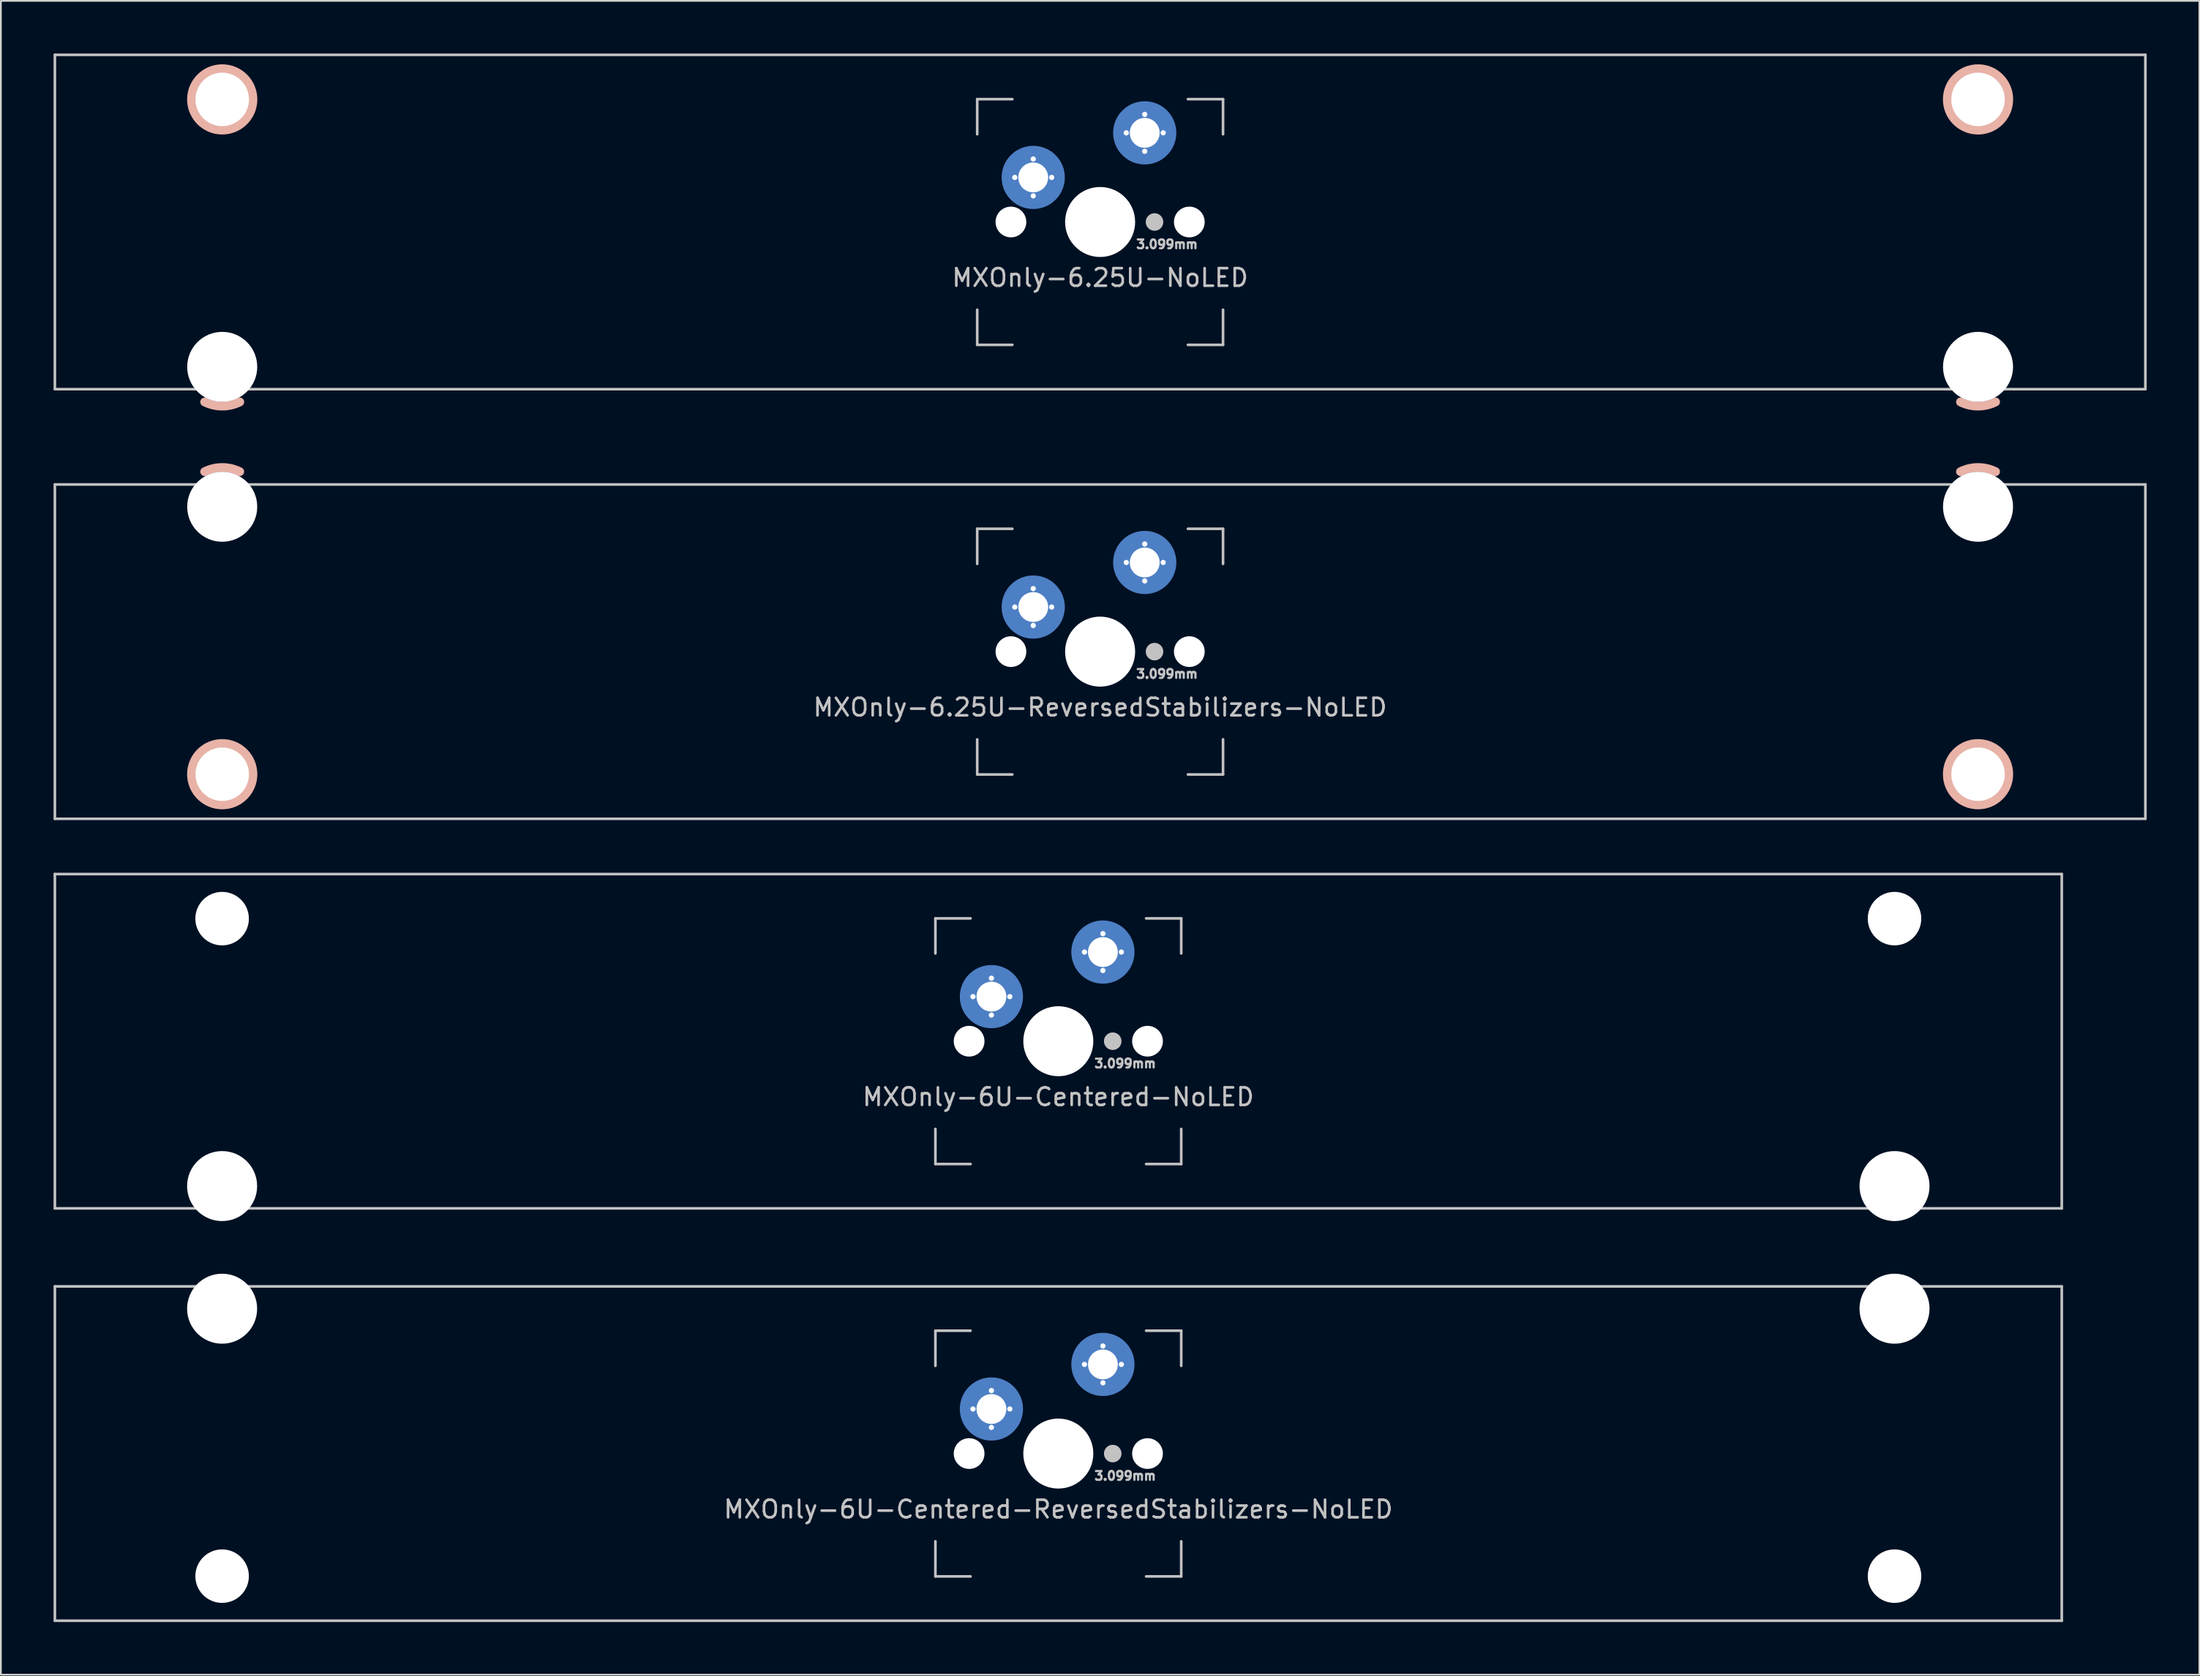
<source format=kicad_pcb>
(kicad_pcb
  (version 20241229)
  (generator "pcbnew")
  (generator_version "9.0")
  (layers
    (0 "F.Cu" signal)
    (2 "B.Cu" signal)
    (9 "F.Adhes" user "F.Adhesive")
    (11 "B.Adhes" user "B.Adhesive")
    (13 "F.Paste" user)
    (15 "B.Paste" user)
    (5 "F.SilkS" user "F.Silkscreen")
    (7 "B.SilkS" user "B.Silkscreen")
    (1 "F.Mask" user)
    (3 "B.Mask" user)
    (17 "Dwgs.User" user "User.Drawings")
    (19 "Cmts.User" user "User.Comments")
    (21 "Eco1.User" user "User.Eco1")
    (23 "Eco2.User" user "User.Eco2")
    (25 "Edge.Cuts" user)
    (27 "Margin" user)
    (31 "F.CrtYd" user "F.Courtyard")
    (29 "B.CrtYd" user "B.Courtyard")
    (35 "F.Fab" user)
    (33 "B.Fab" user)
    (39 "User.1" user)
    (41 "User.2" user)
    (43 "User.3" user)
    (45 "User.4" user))
  (footprint "MXOnly-6.25U-ReversedStabilizers-NoLED"
    (layer "F.Cu")
    (at 59.606 34.082)
    (property "Reference" "MXOnly-6.25U-ReversedStabilizers-NoLED" (at 0 3.175 0) (layer "Dwgs.User") (effects (font (size 1 1) (thickness 0.15))))
    (attr through_hole)
    (fp_arc (start -50.9999 -10.255) (mid -50.000487 -10.491068) (end -49.000951 -10.255525) (stroke (width 0.5) (type solid)) (layer "B.SilkS"))
    (fp_arc (start 48.9999 -10.255) (mid 49.999313 -10.491068) (end 50.998849 -10.255525) (stroke (width 0.5) (type solid)) (layer "B.SilkS"))
    (fp_circle (center -50 6.985) (end -51.75 6.985) (stroke (width 0.5) (type solid)) (fill no) (layer "B.SilkS"))
    (fp_circle (center 50 6.985) (end 48.25 6.985) (stroke (width 0.5) (type solid)) (fill no) (layer "B.SilkS"))
    (fp_line (start -59.531 -9.525) (end 59.531 -9.525) (stroke (width 0.15) (type solid)) (layer "Dwgs.User"))
    (fp_line (start -59.531 9.525) (end -59.531 -9.525) (stroke (width 0.15) (type solid)) (layer "Dwgs.User"))
    (fp_line (start -59.531 9.525) (end 59.531 9.525) (stroke (width 0.15) (type solid)) (layer "Dwgs.User"))
    (fp_line (start -7 -7) (end -7 -5) (stroke (width 0.15) (type solid)) (layer "Dwgs.User"))
    (fp_line (start -7 5) (end -7 7) (stroke (width 0.15) (type solid)) (layer "Dwgs.User"))
    (fp_line (start -7 7) (end -5 7) (stroke (width 0.15) (type solid)) (layer "Dwgs.User"))
    (fp_line (start -5 -7) (end -7 -7) (stroke (width 0.15) (type solid)) (layer "Dwgs.User"))
    (fp_line (start 5 -7) (end 7 -7) (stroke (width 0.15) (type solid)) (layer "Dwgs.User"))
    (fp_line (start 5 7) (end 7 7) (stroke (width 0.15) (type solid)) (layer "Dwgs.User"))
    (fp_line (start 7 -7) (end 7 -5) (stroke (width 0.15) (type solid)) (layer "Dwgs.User"))
    (fp_line (start 7 7) (end 7 5) (stroke (width 0.15) (type solid)) (layer "Dwgs.User"))
    (fp_line (start 59.531 -9.525) (end 59.531 9.525) (stroke (width 0.15) (type solid)) (layer "Dwgs.User"))
    (fp_text user "3.099mm" (at 3.81 1.27 0) (layer "Dwgs.User") (effects (font (size 0.5 0.5) (thickness 0.125))))
    (pad "" np_thru_hole circle (at -50 -8.255) (size 3.988 3.988) (drill 3.988) (layers "*.Cu" "*.Mask"))
    (pad "" np_thru_hole circle (at -50 6.985) (size 3.048 3.048) (drill 3.048) (layers "*.Cu" "*.Mask"))
    (pad "" np_thru_hole circle (at -5.08 0 48.1) (size 1.75 1.75) (drill 1.75) (layers "*.Cu" "*.Mask"))
    (pad "" smd circle (at -3.81 -2.54) (size 3.2 3.2) (layers "B.Mask"))
    (pad "" np_thru_hole circle (at 0 0) (size 3.988 3.988) (drill 3.988) (layers "*.Cu" "*.Mask"))
    (pad "" smd circle (at 2.54 -5.08) (size 3.2 3.2) (layers "B.Mask"))
    (pad "" smd circle (at 3.099 0) (size 1 1) (layers "Dwgs.User"))
    (pad "" np_thru_hole circle (at 5.08 0 48.1) (size 1.75 1.75) (drill 1.75) (layers "*.Cu" "*.Mask"))
    (pad "" np_thru_hole circle (at 50 -8.255) (size 3.988 3.988) (drill 3.988) (layers "*.Cu" "*.Mask"))
    (pad "" np_thru_hole circle (at 50 6.985) (size 3.048 3.048) (drill 3.048) (layers "*.Cu" "*.Mask"))
    (pad "1" thru_hole circle (at -4.86 -2.54 90) (size 0.4 0.4) (drill 0.3) (layers "*.Cu" "B.Mask"))
    (pad "1" thru_hole circle (at -3.81 -3.59) (size 0.4 0.4) (drill 0.3) (layers "*.Cu" "B.Mask"))
    (pad "1" thru_hole circle (at -3.81 -2.54) (size 2.5 2.5) (drill 1.7) (layers "*.Cu"))
    (pad "1" smd circle (at -3.81 -2.54) (size 3.6 3.6) (layers "B.Cu"))
    (pad "1" thru_hole circle (at -3.81 -1.49 180) (size 0.4 0.4) (drill 0.3) (layers "*.Cu" "B.Mask"))
    (pad "1" thru_hole circle (at -2.76 -2.54 270) (size 0.4 0.4) (drill 0.3) (layers "*.Cu" "B.Mask"))
    (pad "2" thru_hole circle (at 1.49 -5.08 90) (size 0.4 0.4) (drill 0.3) (layers "*.Cu" "B.Mask"))
    (pad "2" thru_hole circle (at 2.54 -6.13) (size 0.4 0.4) (drill 0.3) (layers "*.Cu" "B.Mask"))
    (pad "2" thru_hole circle (at 2.54 -5.08) (size 2.5 2.5) (drill 1.7) (layers "*.Cu"))
    (pad "2" smd circle (at 2.54 -5.08) (size 3.6 3.6) (layers "B.Cu"))
    (pad "2" thru_hole circle (at 2.54 -4.03 180) (size 0.4 0.4) (drill 0.3) (layers "*.Cu" "B.Mask"))
    (pad "2" thru_hole circle (at 3.59 -5.08 270) (size 0.4 0.4) (drill 0.3) (layers "*.Cu" "B.Mask")))
  (footprint "MXOnly-6U-Centered-NoLED"
    (layer "F.Cu")
    (at 57.225 56.282)
    (property "Reference" "MXOnly-6U-Centered-NoLED" (at 0 3.175 0) (layer "Dwgs.User") (effects (font (size 1 1) (thickness 0.15))))
    (attr through_hole)
    (fp_line (start -57.15 -9.525) (end 57.15 -9.525) (stroke (width 0.15) (type solid)) (layer "Dwgs.User"))
    (fp_line (start -57.15 9.525) (end -57.15 -9.525) (stroke (width 0.15) (type solid)) (layer "Dwgs.User"))
    (fp_line (start -57.15 9.525) (end 57.15 9.525) (stroke (width 0.15) (type solid)) (layer "Dwgs.User"))
    (fp_line (start -7 -7) (end -7 -5) (stroke (width 0.15) (type solid)) (layer "Dwgs.User"))
    (fp_line (start -7 5) (end -7 7) (stroke (width 0.15) (type solid)) (layer "Dwgs.User"))
    (fp_line (start -7 7) (end -5 7) (stroke (width 0.15) (type solid)) (layer "Dwgs.User"))
    (fp_line (start -5 -7) (end -7 -7) (stroke (width 0.15) (type solid)) (layer "Dwgs.User"))
    (fp_line (start 5 -7) (end 7 -7) (stroke (width 0.15) (type solid)) (layer "Dwgs.User"))
    (fp_line (start 5 7) (end 7 7) (stroke (width 0.15) (type solid)) (layer "Dwgs.User"))
    (fp_line (start 7 -7) (end 7 -5) (stroke (width 0.15) (type solid)) (layer "Dwgs.User"))
    (fp_line (start 7 7) (end 7 5) (stroke (width 0.15) (type solid)) (layer "Dwgs.User"))
    (fp_line (start 57.15 -9.525) (end 57.15 9.525) (stroke (width 0.15) (type solid)) (layer "Dwgs.User"))
    (fp_text user "3.099mm" (at 3.81 1.27 0) (layer "Dwgs.User") (effects (font (size 0.5 0.5) (thickness 0.125))))
    (pad "" np_thru_hole circle (at -47.625 -6.985) (size 3.048 3.048) (drill 3.048) (layers "*.Cu" "*.Mask"))
    (pad "" np_thru_hole circle (at -47.625 8.255) (size 3.988 3.988) (drill 3.988) (layers "*.Cu" "*.Mask"))
    (pad "" np_thru_hole circle (at -5.08 0 48.1) (size 1.75 1.75) (drill 1.75) (layers "*.Cu" "*.Mask"))
    (pad "" smd circle (at -3.81 -2.54) (size 3.2 3.2) (layers "B.Mask"))
    (pad "" np_thru_hole circle (at 0 0) (size 3.988 3.988) (drill 3.988) (layers "*.Cu" "*.Mask"))
    (pad "" smd circle (at 2.54 -5.08) (size 3.2 3.2) (layers "B.Mask"))
    (pad "" smd circle (at 3.099 0) (size 1 1) (layers "Dwgs.User"))
    (pad "" np_thru_hole circle (at 5.08 0 48.1) (size 1.75 1.75) (drill 1.75) (layers "*.Cu" "*.Mask"))
    (pad "" np_thru_hole circle (at 47.625 -6.985) (size 3.048 3.048) (drill 3.048) (layers "*.Cu" "*.Mask"))
    (pad "" np_thru_hole circle (at 47.625 8.255) (size 3.988 3.988) (drill 3.988) (layers "*.Cu" "*.Mask"))
    (pad "1" thru_hole circle (at -4.86 -2.54 90) (size 0.4 0.4) (drill 0.3) (layers "*.Cu" "B.Mask"))
    (pad "1" thru_hole circle (at -3.81 -3.59) (size 0.4 0.4) (drill 0.3) (layers "*.Cu" "B.Mask"))
    (pad "1" thru_hole circle (at -3.81 -2.54) (size 2.5 2.5) (drill 1.7) (layers "*.Cu"))
    (pad "1" smd circle (at -3.81 -2.54) (size 3.6 3.6) (layers "B.Cu"))
    (pad "1" thru_hole circle (at -3.81 -1.49 180) (size 0.4 0.4) (drill 0.3) (layers "*.Cu" "B.Mask"))
    (pad "1" thru_hole circle (at -2.76 -2.54 270) (size 0.4 0.4) (drill 0.3) (layers "*.Cu" "B.Mask"))
    (pad "2" thru_hole circle (at 1.49 -5.08 90) (size 0.4 0.4) (drill 0.3) (layers "*.Cu" "B.Mask"))
    (pad "2" thru_hole circle (at 2.54 -6.13) (size 0.4 0.4) (drill 0.3) (layers "*.Cu" "B.Mask"))
    (pad "2" thru_hole circle (at 2.54 -5.08) (size 2.5 2.5) (drill 1.7) (layers "*.Cu"))
    (pad "2" smd circle (at 2.54 -5.08) (size 3.6 3.6) (layers "B.Cu"))
    (pad "2" thru_hole circle (at 2.54 -4.03 180) (size 0.4 0.4) (drill 0.3) (layers "*.Cu" "B.Mask"))
    (pad "2" thru_hole circle (at 3.59 -5.08 270) (size 0.4 0.4) (drill 0.3) (layers "*.Cu" "B.Mask")))
  (footprint "MXOnly-6U-Centered-ReversedStabilizers-NoLED"
    (layer "F.Cu")
    (at 57.225 79.78)
    (property "Reference" "MXOnly-6U-Centered-ReversedStabilizers-NoLED" (at 0 3.175 0) (layer "Dwgs.User") (effects (font (size 1 1) (thickness 0.15))))
    (attr through_hole)
    (fp_line (start -57.15 -9.525) (end 57.15 -9.525) (stroke (width 0.15) (type solid)) (layer "Dwgs.User"))
    (fp_line (start -57.15 9.525) (end -57.15 -9.525) (stroke (width 0.15) (type solid)) (layer "Dwgs.User"))
    (fp_line (start -57.15 9.525) (end 57.15 9.525) (stroke (width 0.15) (type solid)) (layer "Dwgs.User"))
    (fp_line (start -7 -7) (end -7 -5) (stroke (width 0.15) (type solid)) (layer "Dwgs.User"))
    (fp_line (start -7 5) (end -7 7) (stroke (width 0.15) (type solid)) (layer "Dwgs.User"))
    (fp_line (start -7 7) (end -5 7) (stroke (width 0.15) (type solid)) (layer "Dwgs.User"))
    (fp_line (start -5 -7) (end -7 -7) (stroke (width 0.15) (type solid)) (layer "Dwgs.User"))
    (fp_line (start 5 -7) (end 7 -7) (stroke (width 0.15) (type solid)) (layer "Dwgs.User"))
    (fp_line (start 5 7) (end 7 7) (stroke (width 0.15) (type solid)) (layer "Dwgs.User"))
    (fp_line (start 7 -7) (end 7 -5) (stroke (width 0.15) (type solid)) (layer "Dwgs.User"))
    (fp_line (start 7 7) (end 7 5) (stroke (width 0.15) (type solid)) (layer "Dwgs.User"))
    (fp_line (start 57.15 -9.525) (end 57.15 9.525) (stroke (width 0.15) (type solid)) (layer "Dwgs.User"))
    (fp_text user "3.099mm" (at 3.81 1.27 0) (layer "Dwgs.User") (effects (font (size 0.5 0.5) (thickness 0.125))))
    (pad "" np_thru_hole circle (at -47.625 -8.255) (size 3.988 3.988) (drill 3.988) (layers "*.Cu" "*.Mask"))
    (pad "" np_thru_hole circle (at -47.625 6.985) (size 3.048 3.048) (drill 3.048) (layers "*.Cu" "*.Mask"))
    (pad "" np_thru_hole circle (at -5.08 0 48.1) (size 1.75 1.75) (drill 1.75) (layers "*.Cu" "*.Mask"))
    (pad "" smd circle (at -3.81 -2.54) (size 3.2 3.2) (layers "B.Mask"))
    (pad "" np_thru_hole circle (at 0 0) (size 3.988 3.988) (drill 3.988) (layers "*.Cu" "*.Mask"))
    (pad "" smd circle (at 2.54 -5.08) (size 3.2 3.2) (layers "B.Mask"))
    (pad "" smd circle (at 3.099 0) (size 1 1) (layers "Dwgs.User"))
    (pad "" np_thru_hole circle (at 5.08 0 48.1) (size 1.75 1.75) (drill 1.75) (layers "*.Cu" "*.Mask"))
    (pad "" np_thru_hole circle (at 47.625 -8.255) (size 3.988 3.988) (drill 3.988) (layers "*.Cu" "*.Mask"))
    (pad "" np_thru_hole circle (at 47.625 6.985) (size 3.048 3.048) (drill 3.048) (layers "*.Cu" "*.Mask"))
    (pad "1" thru_hole circle (at -4.86 -2.54 90) (size 0.4 0.4) (drill 0.3) (layers "*.Cu" "B.Mask"))
    (pad "1" thru_hole circle (at -3.81 -3.59) (size 0.4 0.4) (drill 0.3) (layers "*.Cu" "B.Mask"))
    (pad "1" thru_hole circle (at -3.81 -2.54) (size 2.5 2.5) (drill 1.7) (layers "*.Cu"))
    (pad "1" smd circle (at -3.81 -2.54) (size 3.6 3.6) (layers "B.Cu"))
    (pad "1" thru_hole circle (at -3.81 -1.49 180) (size 0.4 0.4) (drill 0.3) (layers "*.Cu" "B.Mask"))
    (pad "1" thru_hole circle (at -2.76 -2.54 270) (size 0.4 0.4) (drill 0.3) (layers "*.Cu" "B.Mask"))
    (pad "2" thru_hole circle (at 1.49 -5.08 90) (size 0.4 0.4) (drill 0.3) (layers "*.Cu" "B.Mask"))
    (pad "2" thru_hole circle (at 2.54 -6.13) (size 0.4 0.4) (drill 0.3) (layers "*.Cu" "B.Mask"))
    (pad "2" thru_hole circle (at 2.54 -5.08) (size 2.5 2.5) (drill 1.7) (layers "*.Cu"))
    (pad "2" smd circle (at 2.54 -5.08) (size 3.6 3.6) (layers "B.Cu"))
    (pad "2" thru_hole circle (at 2.54 -4.03 180) (size 0.4 0.4) (drill 0.3) (layers "*.Cu" "B.Mask"))
    (pad "2" thru_hole circle (at 3.59 -5.08 270) (size 0.4 0.4) (drill 0.3) (layers "*.Cu" "B.Mask")))
  (footprint "MXOnly-6.25U-NoLED"
    (layer "F.Cu")
    (at 59.606 9.6)
    (property "Reference" "MXOnly-6.25U-NoLED" (at 0 3.175 0) (layer "Dwgs.User") (effects (font (size 1 1) (thickness 0.15))))
    (attr through_hole)
    (fp_arc (start -48.9999 10.255) (mid -49.999313 10.491068) (end -50.998849 10.255525) (stroke (width 0.5) (type solid)) (layer "B.SilkS"))
    (fp_arc (start 50.9999 10.255) (mid 50.000487 10.491068) (end 49.000951 10.255525) (stroke (width 0.5) (type solid)) (layer "B.SilkS"))
    (fp_circle (center -50 -6.985) (end -48.25 -6.985) (stroke (width 0.5) (type solid)) (fill no) (layer "B.SilkS"))
    (fp_circle (center 50 -6.985) (end 51.75 -6.985) (stroke (width 0.5) (type solid)) (fill no) (layer "B.SilkS"))
    (fp_line (start -59.531 -9.525) (end 59.531 -9.525) (stroke (width 0.15) (type solid)) (layer "Dwgs.User"))
    (fp_line (start -59.531 9.525) (end -59.531 -9.525) (stroke (width 0.15) (type solid)) (layer "Dwgs.User"))
    (fp_line (start -59.531 9.525) (end 59.531 9.525) (stroke (width 0.15) (type solid)) (layer "Dwgs.User"))
    (fp_line (start -7 -7) (end -7 -5) (stroke (width 0.15) (type solid)) (layer "Dwgs.User"))
    (fp_line (start -7 5) (end -7 7) (stroke (width 0.15) (type solid)) (layer "Dwgs.User"))
    (fp_line (start -7 7) (end -5 7) (stroke (width 0.15) (type solid)) (layer "Dwgs.User"))
    (fp_line (start -5 -7) (end -7 -7) (stroke (width 0.15) (type solid)) (layer "Dwgs.User"))
    (fp_line (start 5 -7) (end 7 -7) (stroke (width 0.15) (type solid)) (layer "Dwgs.User"))
    (fp_line (start 5 7) (end 7 7) (stroke (width 0.15) (type solid)) (layer "Dwgs.User"))
    (fp_line (start 7 -7) (end 7 -5) (stroke (width 0.15) (type solid)) (layer "Dwgs.User"))
    (fp_line (start 7 7) (end 7 5) (stroke (width 0.15) (type solid)) (layer "Dwgs.User"))
    (fp_line (start 59.531 -9.525) (end 59.531 9.525) (stroke (width 0.15) (type solid)) (layer "Dwgs.User"))
    (fp_text user "3.099mm" (at 3.81 1.27 0) (layer "Dwgs.User") (effects (font (size 0.5 0.5) (thickness 0.125))))
    (pad "" np_thru_hole circle (at -50 -6.985) (size 3.048 3.048) (drill 3.048) (layers "*.Cu" "*.Mask"))
    (pad "" np_thru_hole circle (at -50 8.255) (size 3.988 3.988) (drill 3.988) (layers "*.Cu" "*.Mask"))
    (pad "" np_thru_hole circle (at -5.08 0 48.1) (size 1.75 1.75) (drill 1.75) (layers "*.Cu" "*.Mask"))
    (pad "" smd circle (at -3.81 -2.54) (size 3.2 3.2) (layers "B.Mask"))
    (pad "" np_thru_hole circle (at 0 0) (size 3.988 3.988) (drill 3.988) (layers "*.Cu" "*.Mask"))
    (pad "" smd circle (at 2.54 -5.08) (size 3.2 3.2) (layers "B.Mask"))
    (pad "" smd circle (at 3.099 0) (size 1 1) (layers "Dwgs.User"))
    (pad "" np_thru_hole circle (at 5.08 0 48.1) (size 1.75 1.75) (drill 1.75) (layers "*.Cu" "*.Mask"))
    (pad "" np_thru_hole circle (at 50 -6.985) (size 3.048 3.048) (drill 3.048) (layers "*.Cu" "*.Mask"))
    (pad "" np_thru_hole circle (at 50 8.255) (size 3.988 3.988) (drill 3.988) (layers "*.Cu" "*.Mask"))
    (pad "1" thru_hole circle (at -4.86 -2.54 90) (size 0.4 0.4) (drill 0.3) (layers "*.Cu" "B.Mask"))
    (pad "1" thru_hole circle (at -3.81 -3.59) (size 0.4 0.4) (drill 0.3) (layers "*.Cu" "B.Mask"))
    (pad "1" thru_hole circle (at -3.81 -2.54) (size 2.5 2.5) (drill 1.7) (layers "*.Cu"))
    (pad "1" smd circle (at -3.81 -2.54) (size 3.6 3.6) (layers "B.Cu"))
    (pad "1" thru_hole circle (at -3.81 -1.49 180) (size 0.4 0.4) (drill 0.3) (layers "*.Cu" "B.Mask"))
    (pad "1" thru_hole circle (at -2.76 -2.54 270) (size 0.4 0.4) (drill 0.3) (layers "*.Cu" "B.Mask"))
    (pad "2" thru_hole circle (at 1.49 -5.08 90) (size 0.4 0.4) (drill 0.3) (layers "*.Cu" "B.Mask"))
    (pad "2" thru_hole circle (at 2.54 -6.13) (size 0.4 0.4) (drill 0.3) (layers "*.Cu" "B.Mask"))
    (pad "2" thru_hole circle (at 2.54 -5.08) (size 2.5 2.5) (drill 1.7) (layers "*.Cu"))
    (pad "2" smd circle (at 2.54 -5.08) (size 3.6 3.6) (layers "B.Cu"))
    (pad "2" thru_hole circle (at 2.54 -4.03 180) (size 0.4 0.4) (drill 0.3) (layers "*.Cu" "B.Mask"))
    (pad "2" thru_hole circle (at 3.59 -5.08 270) (size 0.4 0.4) (drill 0.3) (layers "*.Cu" "B.Mask")))
  (gr_rect
    (start -3 -3)
    (end 122.213 92.38)
    (stroke (width 0.1) (type default))
    (fill no)
    (layer "Edge.Cuts")))
</source>
